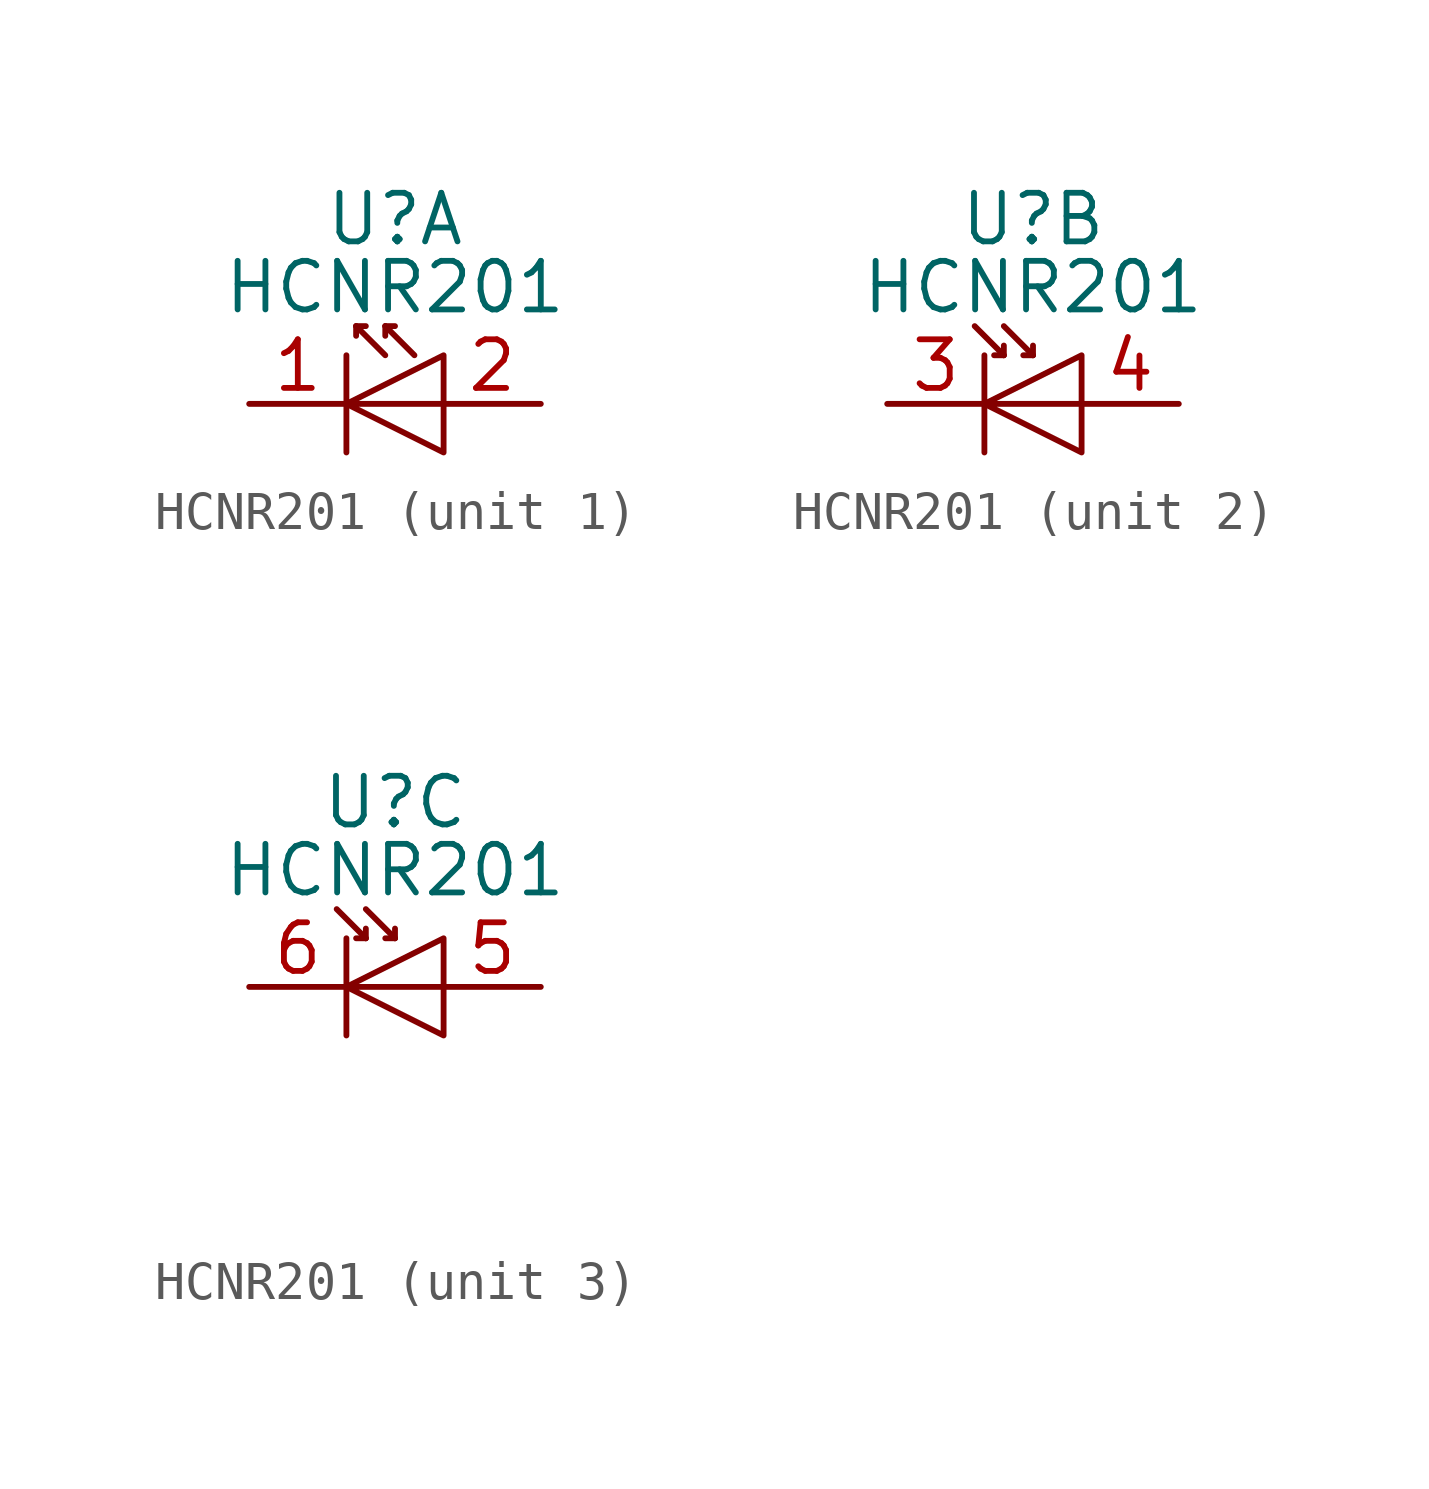
<source format=kicad_sym>
(kicad_symbol_lib
  (version 20231120)
  (generator "kicad_symbol_editor")
  (generator_version "8.0")
  (symbol "HCNR201"
    (pin_names hide)
    (property "Reference" "U"
      (at 0 4.826 0)
      (effects (font (size 1.27 1.27))))
    (property "Value" "HCNR201"
      (at 0 3.048 0)
      (effects (font (size 1.27 1.27))))
    (property "ki_locked" ""
      (at 0 0 0)
      (effects (font (size 1.27 1.27))))
    (symbol "HCNR201_1_1"
      (polyline (pts (xy -1.27 1.27) (xy -1.27 -1.27)) (stroke (width 0) (type default)) (fill (type none)))
      (polyline (pts (xy -1.016 2.032) (xy -1.016 1.778)) (stroke (width 0) (type default)) (fill (type none)))
      (polyline (pts (xy -1.016 2.032) (xy -0.762 2.032)) (stroke (width 0) (type default)) (fill (type none)))
      (polyline (pts (xy -1.016 2.032) (xy -0.254 1.27)) (stroke (width 0) (type default)) (fill (type none)))
      (polyline (pts (xy -0.254 2.032) (xy -0.254 1.778)) (stroke (width 0) (type default)) (fill (type none)))
      (polyline (pts (xy -0.254 2.032) (xy 0 2.032)) (stroke (width 0) (type default)) (fill (type none)))
      (polyline (pts (xy -0.254 2.032) (xy 0.508 1.27)) (stroke (width 0) (type default)) (fill (type none)))
      (polyline (pts (xy -1.27 0) (xy 1.27 -1.27) (xy 1.27 1.27) (xy -1.27 0) (xy 1.27 0)) (stroke (width 0) (type default)) (fill (type none)))
      (pin passive line (at -3.81 0 0) (length 2.54) (name "K" (effects (font (size 1.27 1.27)))) (number "1" (effects (font (size 1.27 1.27)))))
      (pin passive line (at 3.81 0 180) (length 2.54) (name "A" (effects (font (size 1.27 1.27)))) (number "2" (effects (font (size 1.27 1.27))))))
    (symbol "HCNR201_2_1"
      (polyline (pts (xy -1.27 1.27) (xy -1.27 -1.27)) (stroke (width 0) (type default)) (fill (type none)))
      (polyline (pts (xy -0.762 1.27) (xy -1.524 2.032)) (stroke (width 0) (type default)) (fill (type none)))
      (polyline (pts (xy -0.762 1.27) (xy -1.016 1.27)) (stroke (width 0) (type default)) (fill (type none)))
      (polyline (pts (xy -0.762 1.27) (xy -0.762 1.524)) (stroke (width 0) (type default)) (fill (type none)))
      (polyline (pts (xy 0 1.27) (xy -0.762 2.032)) (stroke (width 0) (type default)) (fill (type none)))
      (polyline (pts (xy 0 1.27) (xy -0.254 1.27)) (stroke (width 0) (type default)) (fill (type none)))
      (polyline (pts (xy 0 1.27) (xy 0 1.524)) (stroke (width 0) (type default)) (fill (type none)))
      (polyline (pts (xy -1.27 0) (xy 1.27 -1.27) (xy 1.27 1.27) (xy -1.27 0) (xy 1.27 0)) (stroke (width 0) (type default)) (fill (type none)))
      (pin passive line (at -3.81 0 0) (length 2.54) (name "K" (effects (font (size 1.27 1.27)))) (number "3" (effects (font (size 1.27 1.27)))))
      (pin passive line (at 3.81 0 180) (length 2.54) (name "A" (effects (font (size 1.27 1.27)))) (number "4" (effects (font (size 1.27 1.27))))))
    (symbol "HCNR201_3_0"
      (pin no_connect non_logic (at -3.81 -2.54 0) (length 2.54) hide (name "NC" (effects (font (size 1.27 1.27)))) (number "7" (effects (font (size 1.27 1.27)))))
      (pin no_connect non_logic (at -3.81 -5.08 0) (length 2.54) hide (name "NC" (effects (font (size 1.27 1.27)))) (number "8" (effects (font (size 1.27 1.27))))))
    (symbol "HCNR201_3_1"
      (polyline (pts (xy -1.27 1.27) (xy -1.27 -1.27)) (stroke (width 0) (type default)) (fill (type none)))
      (polyline (pts (xy -0.762 1.27) (xy -1.524 2.032)) (stroke (width 0) (type default)) (fill (type none)))
      (polyline (pts (xy -0.762 1.27) (xy -1.016 1.27)) (stroke (width 0) (type default)) (fill (type none)))
      (polyline (pts (xy -0.762 1.27) (xy -0.762 1.524)) (stroke (width 0) (type default)) (fill (type none)))
      (polyline (pts (xy 0 1.27) (xy -0.762 2.032)) (stroke (width 0) (type default)) (fill (type none)))
      (polyline (pts (xy 0 1.27) (xy -0.254 1.27)) (stroke (width 0) (type default)) (fill (type none)))
      (polyline (pts (xy 0 1.27) (xy 0 1.524)) (stroke (width 0) (type default)) (fill (type none)))
      (polyline (pts (xy -1.27 0) (xy 1.27 -1.27) (xy 1.27 1.27) (xy -1.27 0) (xy 1.27 0)) (stroke (width 0) (type default)) (fill (type none)))
      (pin passive line (at 3.81 0 180) (length 2.54) (name "A" (effects (font (size 1.27 1.27)))) (number "5" (effects (font (size 1.27 1.27)))))
      (pin passive line (at -3.81 0 0) (length 2.54) (name "K" (effects (font (size 1.27 1.27)))) (number "6" (effects (font (size 1.27 1.27))))))))
</source>
